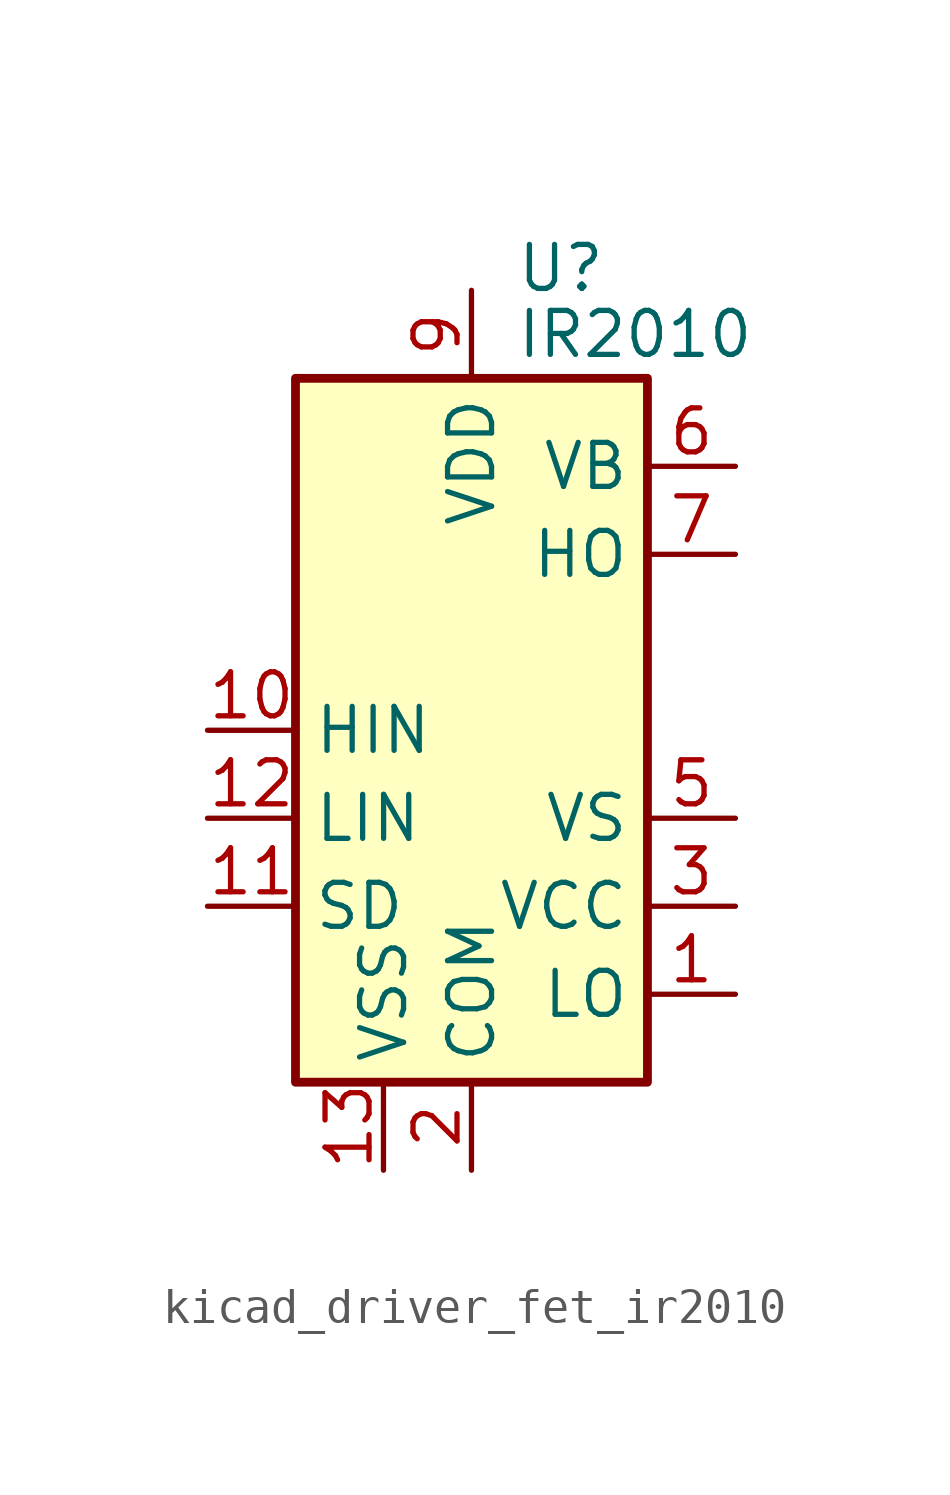
<source format=kicad_sym>
(kicad_symbol_lib
  (version 20220914)
  (generator kicad_symbol_editor)
  (symbol "kicad_driver_fet_ir2010"
    (property "Reference" "U"
      (at 1.27 13.335 0)
      (effects (font (size 1.27 1.27)) (justify left)))
    (property "Value" "IR2010"
      (at 1.27 11.43 0)
      (effects (font (size 1.27 1.27)) (justify left)))
    (symbol "kicad_driver_fet_ir2010_0_1"
      (rectangle (start -5.08 -10.16) (end 5.08 10.16) (stroke (width 0.254) (type default)) (fill (type background))))
    (symbol "kicad_driver_fet_ir2010_1_1"
      (pin output line (at 7.62 -7.62 180) (length 2.54) (name "LO" (effects (font (size 1.27 1.27)))) (number "1" (effects (font (size 1.27 1.27)))))
      (pin input line (at -7.62 0 0) (length 2.54) (name "HIN" (effects (font (size 1.27 1.27)))) (number "10" (effects (font (size 1.27 1.27)))))
      (pin input line (at -7.62 -5.08 0) (length 2.54) (name "SD" (effects (font (size 1.27 1.27)))) (number "11" (effects (font (size 1.27 1.27)))))
      (pin input line (at -7.62 -2.54 0) (length 2.54) (name "LIN" (effects (font (size 1.27 1.27)))) (number "12" (effects (font (size 1.27 1.27)))))
      (pin power_in line (at -2.54 -12.7 90) (length 2.54) (name "VSS" (effects (font (size 1.27 1.27)))) (number "13" (effects (font (size 1.27 1.27)))))
      (pin no_connect line (at -5.08 2.54 0) (length 2.54) hide (name "NC" (effects (font (size 1.27 1.27)))) (number "14" (effects (font (size 1.27 1.27)))))
      (pin power_in line (at 0 -12.7 90) (length 2.54) (name "COM" (effects (font (size 1.27 1.27)))) (number "2" (effects (font (size 1.27 1.27)))))
      (pin power_in line (at 7.62 -5.08 180) (length 2.54) (name "VCC" (effects (font (size 1.27 1.27)))) (number "3" (effects (font (size 1.27 1.27)))))
      (pin no_connect line (at -5.08 7.62 0) (length 2.54) hide (name "NC" (effects (font (size 1.27 1.27)))) (number "4" (effects (font (size 1.27 1.27)))))
      (pin passive line (at 7.62 -2.54 180) (length 2.54) (name "VS" (effects (font (size 1.27 1.27)))) (number "5" (effects (font (size 1.27 1.27)))))
      (pin passive line (at 7.62 7.62 180) (length 2.54) (name "VB" (effects (font (size 1.27 1.27)))) (number "6" (effects (font (size 1.27 1.27)))))
      (pin output line (at 7.62 5.08 180) (length 2.54) (name "HO" (effects (font (size 1.27 1.27)))) (number "7" (effects (font (size 1.27 1.27)))))
      (pin no_connect line (at -5.08 5.08 0) (length 2.54) hide (name "NC" (effects (font (size 1.27 1.27)))) (number "8" (effects (font (size 1.27 1.27)))))
      (pin power_in line (at 0 12.7 270) (length 2.54) (name "VDD" (effects (font (size 1.27 1.27)))) (number "9" (effects (font (size 1.27 1.27))))))))
</source>
